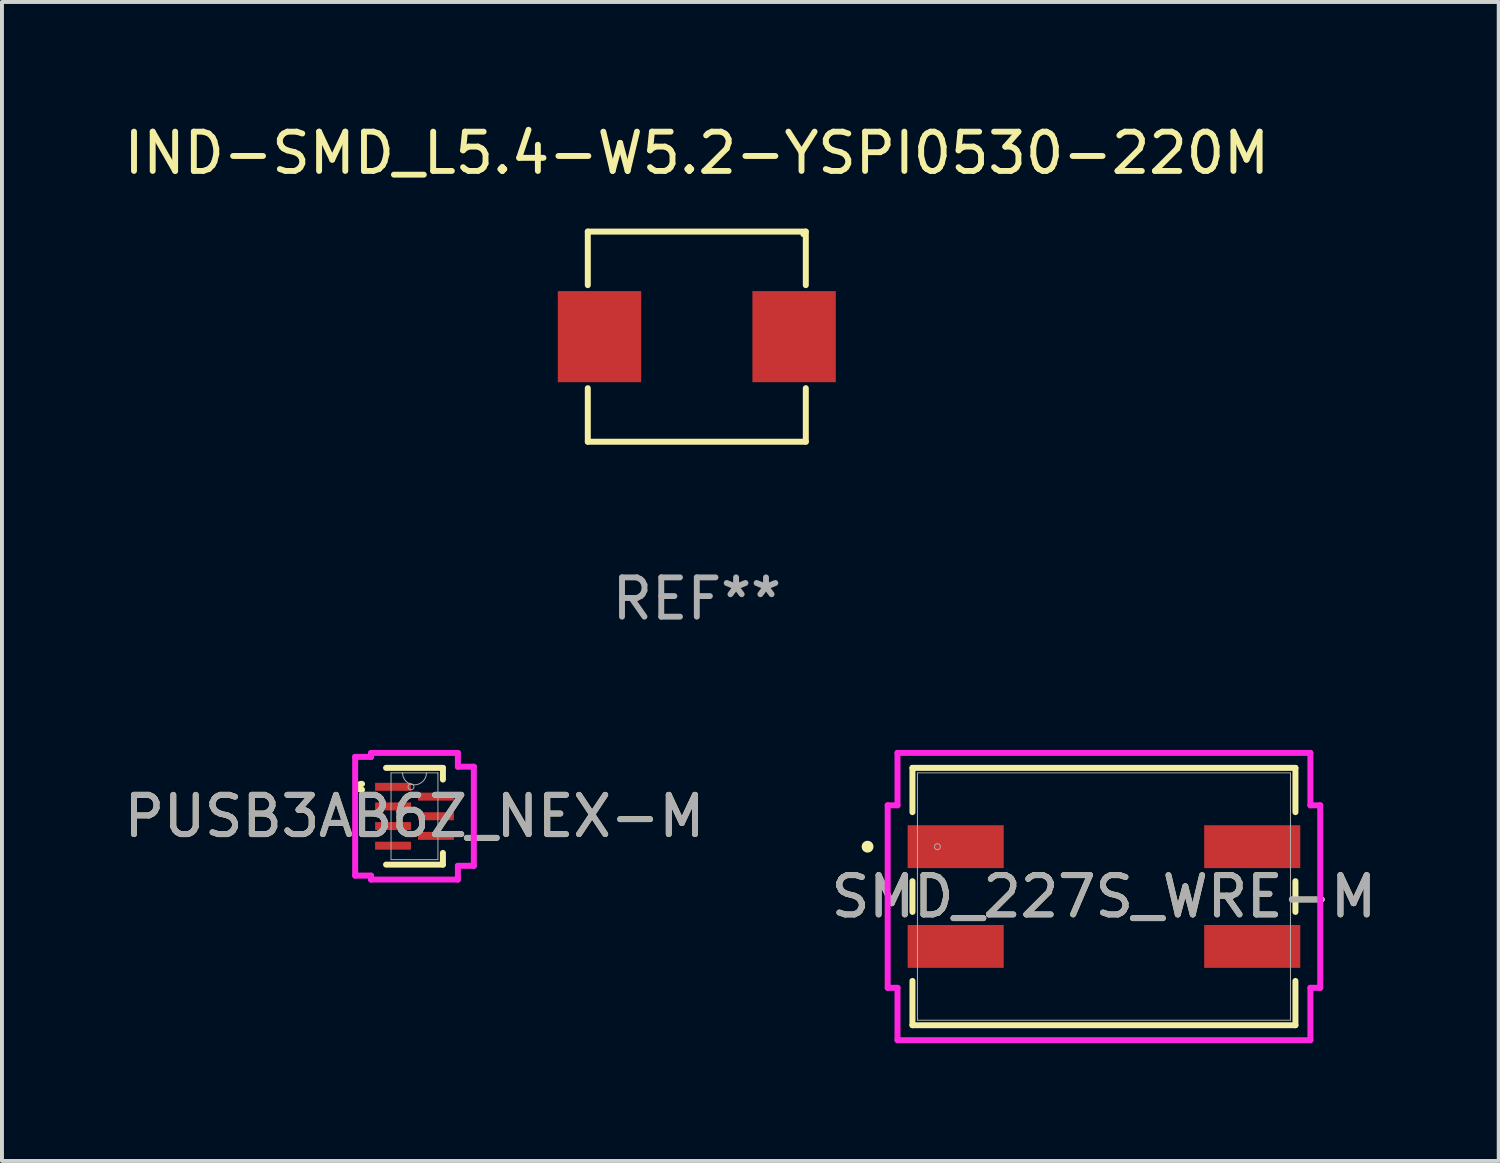
<source format=kicad_pcb>
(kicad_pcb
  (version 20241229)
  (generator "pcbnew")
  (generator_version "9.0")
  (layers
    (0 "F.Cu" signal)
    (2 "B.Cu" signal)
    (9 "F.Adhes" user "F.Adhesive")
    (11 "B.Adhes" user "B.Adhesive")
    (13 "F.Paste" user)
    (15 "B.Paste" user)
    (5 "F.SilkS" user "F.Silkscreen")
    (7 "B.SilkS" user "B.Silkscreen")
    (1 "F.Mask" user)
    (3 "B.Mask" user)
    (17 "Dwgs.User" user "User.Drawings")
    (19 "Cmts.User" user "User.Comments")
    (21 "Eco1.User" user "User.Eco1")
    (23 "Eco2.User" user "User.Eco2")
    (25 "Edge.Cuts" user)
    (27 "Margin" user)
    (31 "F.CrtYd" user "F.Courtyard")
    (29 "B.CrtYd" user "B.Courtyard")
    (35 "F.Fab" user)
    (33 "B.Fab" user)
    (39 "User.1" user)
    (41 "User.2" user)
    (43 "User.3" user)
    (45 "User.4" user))
  (footprint "PUSB3AB6Z_NEX-M"
    (layer "F.Cu")
    (at 7.506 17.738)
    (property "Reference" "PUSB3AB6Z_NEX-M" (at 0 0 0) (unlocked yes) (layer "F.SilkS") (effects (font (size 1 1) (thickness 0.15))))
    (attr smd)
    (fp_line (start -0.724 1.232) (end 0.724 1.232) (stroke (width 0.152) (type solid)) (layer "F.SilkS"))
    (fp_line (start 0.724 -1.232) (end -0.724 -1.232) (stroke (width 0.152) (type solid)) (layer "F.SilkS"))
    (fp_line (start 0.724 -0.934) (end 0.724 -1.232) (stroke (width 0.152) (type solid)) (layer "F.SilkS"))
    (fp_line (start 0.724 1.232) (end 0.724 0.934) (stroke (width 0.152) (type solid)) (layer "F.SilkS"))
    (fp_arc (start -1.33604 -0.676171) (mid -1.4311 -0.75) (end -1.33604 -0.823829) (stroke (width 0.1524) (type solid)) (layer "F.SilkS"))
    (fp_line (start -1.511 -1.512) (end -1.105 -1.512) (stroke (width 0.152) (type solid)) (layer "F.CrtYd"))
    (fp_line (start -1.511 1.512) (end -1.511 -1.512) (stroke (width 0.152) (type solid)) (layer "F.CrtYd"))
    (fp_line (start -1.105 -1.613) (end 1.105 -1.613) (stroke (width 0.152) (type solid)) (layer "F.CrtYd"))
    (fp_line (start -1.105 -1.512) (end -1.105 -1.613) (stroke (width 0.152) (type solid)) (layer "F.CrtYd"))
    (fp_line (start -1.105 1.512) (end -1.511 1.512) (stroke (width 0.152) (type solid)) (layer "F.CrtYd"))
    (fp_line (start -1.105 1.613) (end -1.105 1.512) (stroke (width 0.152) (type solid)) (layer "F.CrtYd"))
    (fp_line (start 1.105 -1.613) (end 1.105 -1.262) (stroke (width 0.152) (type solid)) (layer "F.CrtYd"))
    (fp_line (start 1.105 -1.262) (end 1.511 -1.262) (stroke (width 0.152) (type solid)) (layer "F.CrtYd"))
    (fp_line (start 1.105 1.262) (end 1.105 1.613) (stroke (width 0.152) (type solid)) (layer "F.CrtYd"))
    (fp_line (start 1.105 1.613) (end -1.105 1.613) (stroke (width 0.152) (type solid)) (layer "F.CrtYd"))
    (fp_line (start 1.511 -1.262) (end 1.511 1.262) (stroke (width 0.152) (type solid)) (layer "F.CrtYd"))
    (fp_line (start 1.511 1.262) (end 1.105 1.262) (stroke (width 0.152) (type solid)) (layer "F.CrtYd"))
    (fp_line (start -0.597 -1.105) (end -0.597 1.105) (stroke (width 0.025) (type solid)) (layer "F.Fab"))
    (fp_line (start -0.597 1.105) (end 0.597 1.105) (stroke (width 0.025) (type solid)) (layer "F.Fab"))
    (fp_line (start 0.597 -1.105) (end -0.597 -1.105) (stroke (width 0.025) (type solid)) (layer "F.Fab"))
    (fp_line (start 0.597 1.105) (end 0.597 -1.105) (stroke (width 0.025) (type solid)) (layer "F.Fab"))
    (fp_arc (start 0.3048 -1.1049) (mid 0 -0.8001) (end -0.3048 -1.1049) (stroke (width 0.0254) (type solid)) (layer "F.Fab"))
    (fp_circle (center -0.089 -0.75) (end -0.013 -0.75) (stroke (width 0.025) (type solid)) (fill no) (layer "F.Fab"))
    (fp_text user "${REFERENCE}" (at 0 0 0) (unlocked yes) (layer "F.Fab") (effects (font (size 1 1) (thickness 0.15))))
    (pad "1" smd rect (at -0.546 -0.75) (size 0.914 0.203) (layers "F.Cu" "F.Mask" "F.Paste"))
    (pad "2" smd rect (at -0.546 -0.25) (size 0.914 0.203) (layers "F.Cu" "F.Mask" "F.Paste"))
    (pad "3" smd rect (at -0.546 0.25) (size 0.914 0.203) (layers "F.Cu" "F.Mask" "F.Paste"))
    (pad "4" smd rect (at -0.546 0.75) (size 0.914 0.203) (layers "F.Cu" "F.Mask" "F.Paste"))
    (pad "5" smd rect (at 0.546 0.5) (size 0.914 0.203) (layers "F.Cu" "F.Mask" "F.Paste"))
    (pad "6" smd rect (at 0.546 0) (size 0.914 0.203) (layers "F.Cu" "F.Mask" "F.Paste"))
    (pad "7" smd rect (at 0.546 -0.5) (size 0.914 0.203) (layers "F.Cu" "F.Mask" "F.Paste")))
  (footprint "IND-SMD_L5.4-W5.2-YSPI0530-220M"
    (layer "F.Cu")
    (at 14.696 5.524)
    (property "Reference" "IND-SMD_L5.4-W5.2-YSPI0530-220M" (at 0 -4.676 0) (layer "F.SilkS") (effects (font (size 1 1) (thickness 0.15))))
    (attr smd)
    (fp_line (start -2.776 -2.676) (end 2.776 -2.676) (stroke (width 0.152) (type solid)) (layer "F.SilkS"))
    (fp_line (start -2.776 -1.312) (end -2.776 -2.676) (stroke (width 0.152) (type solid)) (layer "F.SilkS"))
    (fp_line (start -2.776 1.312) (end -2.776 2.676) (stroke (width 0.152) (type solid)) (layer "F.SilkS"))
    (fp_line (start -2.776 2.676) (end 2.776 2.676) (stroke (width 0.152) (type solid)) (layer "F.SilkS"))
    (fp_line (start 2.776 -2.676) (end 2.776 -1.312) (stroke (width 0.152) (type solid)) (layer "F.SilkS"))
    (fp_line (start 2.776 2.676) (end 2.776 1.312) (stroke (width 0.152) (type solid)) (layer "F.SilkS"))
    (fp_circle (center 2.7 -2.6) (end 2.73 -2.6) (stroke (width 0.06) (type solid)) (fill no) (layer "F.SilkS"))
    (fp_text user "REF**" (at 0 6.676 0) (layer "F.Fab") (effects (font (size 1 1) (thickness 0.15))))
    (pad "1" smd rect (at 2.478 0.000102) (size 2.124 2.32) (layers "F.Cu" "F.Mask" "F.Paste"))
    (pad "2" smd rect (at -2.478 0.000102) (size 2.124 2.32) (layers "F.Cu" "F.Mask" "F.Paste")))
  (footprint "SMD_227S_WRE-M"
    (layer "F.Cu")
    (at 25.065 19.783)
    (property "Reference" "SMD_227S_WRE-M" (at 0 0 0) (unlocked yes) (layer "F.SilkS") (effects (font (size 1 1) (thickness 0.15))))
    (attr smd)
    (fp_line (start -4.877 -3.277) (end -4.877 -2.149) (stroke (width 0.152) (type solid)) (layer "F.SilkS"))
    (fp_line (start -4.877 -0.391) (end -4.877 0.391) (stroke (width 0.152) (type solid)) (layer "F.SilkS"))
    (fp_line (start -4.877 2.149) (end -4.877 3.277) (stroke (width 0.152) (type solid)) (layer "F.SilkS"))
    (fp_line (start -4.877 3.277) (end 4.877 3.277) (stroke (width 0.152) (type solid)) (layer "F.SilkS"))
    (fp_line (start 4.877 -3.277) (end -4.877 -3.277) (stroke (width 0.152) (type solid)) (layer "F.SilkS"))
    (fp_line (start 4.877 -2.149) (end 4.877 -3.277) (stroke (width 0.152) (type solid)) (layer "F.SilkS"))
    (fp_line (start 4.877 0.391) (end 4.877 -0.391) (stroke (width 0.152) (type solid)) (layer "F.SilkS"))
    (fp_line (start 4.877 3.277) (end 4.877 2.149) (stroke (width 0.152) (type solid)) (layer "F.SilkS"))
    (fp_circle (center -6.02 -1.27) (end -5.944 -1.27) (stroke (width 0.152) (type solid)) (fill no) (layer "F.SilkS"))
    (fp_line (start -5.508 -2.324) (end -5.258 -2.324) (stroke (width 0.152) (type solid)) (layer "F.CrtYd"))
    (fp_line (start -5.508 2.324) (end -5.508 -2.324) (stroke (width 0.152) (type solid)) (layer "F.CrtYd"))
    (fp_line (start -5.258 -3.658) (end 5.258 -3.658) (stroke (width 0.152) (type solid)) (layer "F.CrtYd"))
    (fp_line (start -5.258 -2.324) (end -5.258 -3.658) (stroke (width 0.152) (type solid)) (layer "F.CrtYd"))
    (fp_line (start -5.258 2.324) (end -5.508 2.324) (stroke (width 0.152) (type solid)) (layer "F.CrtYd"))
    (fp_line (start -5.258 3.658) (end -5.258 2.324) (stroke (width 0.152) (type solid)) (layer "F.CrtYd"))
    (fp_line (start 5.258 -3.658) (end 5.258 -2.324) (stroke (width 0.152) (type solid)) (layer "F.CrtYd"))
    (fp_line (start 5.258 -2.324) (end 5.508 -2.324) (stroke (width 0.152) (type solid)) (layer "F.CrtYd"))
    (fp_line (start 5.258 2.324) (end 5.258 3.658) (stroke (width 0.152) (type solid)) (layer "F.CrtYd"))
    (fp_line (start 5.258 3.658) (end -5.258 3.658) (stroke (width 0.152) (type solid)) (layer "F.CrtYd"))
    (fp_line (start 5.508 -2.324) (end 5.508 2.324) (stroke (width 0.152) (type solid)) (layer "F.CrtYd"))
    (fp_line (start 5.508 2.324) (end 5.258 2.324) (stroke (width 0.152) (type solid)) (layer "F.CrtYd"))
    (fp_line (start -4.75 -3.15) (end -4.75 3.15) (stroke (width 0.025) (type solid)) (layer "F.Fab"))
    (fp_line (start -4.75 3.15) (end 4.75 3.15) (stroke (width 0.025) (type solid)) (layer "F.Fab"))
    (fp_line (start 4.75 -3.15) (end -4.75 -3.15) (stroke (width 0.025) (type solid)) (layer "F.Fab"))
    (fp_line (start 4.75 3.15) (end 4.75 -3.15) (stroke (width 0.025) (type solid)) (layer "F.Fab"))
    (fp_circle (center -4.242 -1.27) (end -4.166 -1.27) (stroke (width 0.025) (type solid)) (fill no) (layer "F.Fab"))
    (fp_text user "${REFERENCE}" (at 0 0 0) (unlocked yes) (layer "F.Fab") (effects (font (size 1 1) (thickness 0.15))))
    (pad "1" smd rect (at -3.776 -1.27 90) (size 1.092 2.447) (layers "F.Cu" "F.Mask" "F.Paste"))
    (pad "2" smd rect (at -3.776 1.27 90) (size 1.092 2.447) (layers "F.Cu" "F.Mask" "F.Paste"))
    (pad "3" smd rect (at 3.776 1.27 90) (size 1.092 2.447) (layers "F.Cu" "F.Mask" "F.Paste"))
    (pad "4" smd rect (at 3.776 -1.27 90) (size 1.092 2.447) (layers "F.Cu" "F.Mask" "F.Paste")))
  (gr_rect
    (start -3 -3)
    (end 35.119 26.517)
    (stroke (width 0.1) (type default))
    (fill no)
    (layer "Edge.Cuts")))
</source>
